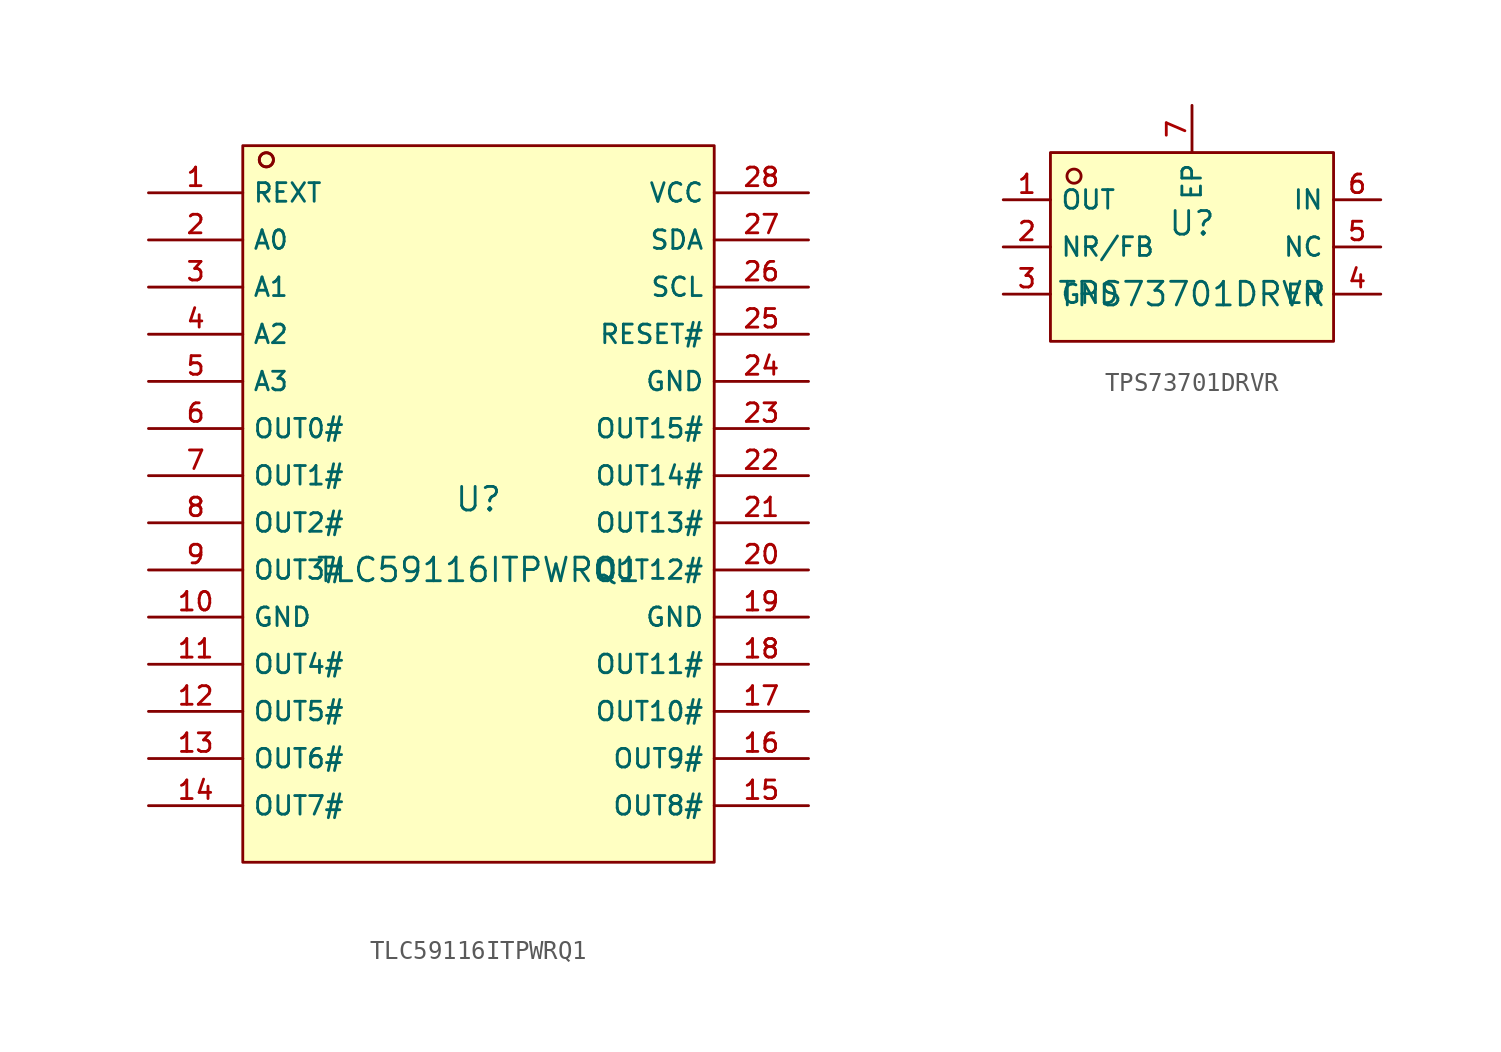
<source format=kicad_sym>
(kicad_symbol_lib
  (version 20231120)
  (generator "kicad_symbol_editor")
  (generator_version "8.0")
  (symbol "TLC59116ITPWRQ1"
    (property "Reference" "U"
      (at 0 1.27 0)
      (effects (font (size 1.27 1.27))))
    (property "Value" "TLC59116ITPWRQ1"
      (at 0 -2.54 0)
      (effects (font (size 1.27 1.27))))
    (symbol "TLC59116ITPWRQ1_0_1"
      (rectangle (start -12.7 20.32) (end 12.7 -18.288) (stroke (width 0) (type default)) (fill (type background)))
      (circle (center -11.43 19.558) (radius 0.381) (stroke (width 0) (type default)) (fill (type background)))
      (circle (center -11.43 19.558) (radius 0.381) (stroke (width 0) (type default)) (fill (type background)))
      (pin unspecified line (at -17.78 17.78 0) (length 5.08) (name "REXT" (effects (font (size 1 1)))) (number "1" (effects (font (size 1 1)))))
      (pin unspecified line (at -17.78 -5.08 0) (length 5.08) (name "GND" (effects (font (size 1 1)))) (number "10" (effects (font (size 1 1)))))
      (pin unspecified line (at -17.78 -7.62 0) (length 5.08) (name "OUT4#" (effects (font (size 1 1)))) (number "11" (effects (font (size 1 1)))))
      (pin unspecified line (at -17.78 -10.16 0) (length 5.08) (name "OUT5#" (effects (font (size 1 1)))) (number "12" (effects (font (size 1 1)))))
      (pin unspecified line (at -17.78 -12.7 0) (length 5.08) (name "OUT6#" (effects (font (size 1 1)))) (number "13" (effects (font (size 1 1)))))
      (pin unspecified line (at -17.78 -15.24 0) (length 5.08) (name "OUT7#" (effects (font (size 1 1)))) (number "14" (effects (font (size 1 1)))))
      (pin unspecified line (at 17.78 -15.24 180) (length 5.08) (name "OUT8#" (effects (font (size 1 1)))) (number "15" (effects (font (size 1 1)))))
      (pin unspecified line (at 17.78 -12.7 180) (length 5.08) (name "OUT9#" (effects (font (size 1 1)))) (number "16" (effects (font (size 1 1)))))
      (pin unspecified line (at 17.78 -10.16 180) (length 5.08) (name "OUT10#" (effects (font (size 1 1)))) (number "17" (effects (font (size 1 1)))))
      (pin unspecified line (at 17.78 -7.62 180) (length 5.08) (name "OUT11#" (effects (font (size 1 1)))) (number "18" (effects (font (size 1 1)))))
      (pin unspecified line (at 17.78 -5.08 180) (length 5.08) (name "GND" (effects (font (size 1 1)))) (number "19" (effects (font (size 1 1)))))
      (pin unspecified line (at -17.78 15.24 0) (length 5.08) (name "A0" (effects (font (size 1 1)))) (number "2" (effects (font (size 1 1)))))
      (pin unspecified line (at 17.78 -2.54 180) (length 5.08) (name "OUT12#" (effects (font (size 1 1)))) (number "20" (effects (font (size 1 1)))))
      (pin unspecified line (at 17.78 0 180) (length 5.08) (name "OUT13#" (effects (font (size 1 1)))) (number "21" (effects (font (size 1 1)))))
      (pin unspecified line (at 17.78 2.54 180) (length 5.08) (name "OUT14#" (effects (font (size 1 1)))) (number "22" (effects (font (size 1 1)))))
      (pin unspecified line (at 17.78 5.08 180) (length 5.08) (name "OUT15#" (effects (font (size 1 1)))) (number "23" (effects (font (size 1 1)))))
      (pin unspecified line (at 17.78 7.62 180) (length 5.08) (name "GND" (effects (font (size 1 1)))) (number "24" (effects (font (size 1 1)))))
      (pin unspecified line (at 17.78 10.16 180) (length 5.08) (name "RESET#" (effects (font (size 1 1)))) (number "25" (effects (font (size 1 1)))))
      (pin unspecified line (at 17.78 12.7 180) (length 5.08) (name "SCL" (effects (font (size 1 1)))) (number "26" (effects (font (size 1 1)))))
      (pin unspecified line (at 17.78 15.24 180) (length 5.08) (name "SDA" (effects (font (size 1 1)))) (number "27" (effects (font (size 1 1)))))
      (pin unspecified line (at 17.78 17.78 180) (length 5.08) (name "VCC" (effects (font (size 1 1)))) (number "28" (effects (font (size 1 1)))))
      (pin unspecified line (at -17.78 12.7 0) (length 5.08) (name "A1" (effects (font (size 1 1)))) (number "3" (effects (font (size 1 1)))))
      (pin unspecified line (at -17.78 10.16 0) (length 5.08) (name "A2" (effects (font (size 1 1)))) (number "4" (effects (font (size 1 1)))))
      (pin unspecified line (at -17.78 7.62 0) (length 5.08) (name "A3" (effects (font (size 1 1)))) (number "5" (effects (font (size 1 1)))))
      (pin unspecified line (at -17.78 5.08 0) (length 5.08) (name "OUT0#" (effects (font (size 1 1)))) (number "6" (effects (font (size 1 1)))))
      (pin unspecified line (at -17.78 2.54 0) (length 5.08) (name "OUT1#" (effects (font (size 1 1)))) (number "7" (effects (font (size 1 1)))))
      (pin unspecified line (at -17.78 0 0) (length 5.08) (name "OUT2#" (effects (font (size 1 1)))) (number "8" (effects (font (size 1 1)))))
      (pin unspecified line (at -17.78 -2.54 0) (length 5.08) (name "OUT3#" (effects (font (size 1 1)))) (number "9" (effects (font (size 1 1)))))))
  (symbol "TPS73701DRVR"
    (property "Reference" "U"
      (at 0 1.27 0)
      (effects (font (size 1.27 1.27))))
    (property "Value" "TPS73701DRVR"
      (at 0 -2.54 0)
      (effects (font (size 1.27 1.27))))
    (symbol "TPS73701DRVR_0_1"
      (rectangle (start -7.62 5.08) (end 7.62 -5.08) (stroke (width 0) (type default)) (fill (type background)))
      (circle (center -6.35 3.81) (radius 0.381) (stroke (width 0) (type default)) (fill (type background)))
      (pin unspecified line (at -10.16 2.54 0) (length 2.54) (name "OUT" (effects (font (size 1 1)))) (number "1" (effects (font (size 1 1)))))
      (pin unspecified line (at -10.16 0 0) (length 2.54) (name "NR/FB" (effects (font (size 1 1)))) (number "2" (effects (font (size 1 1)))))
      (pin unspecified line (at -10.16 -2.54 0) (length 2.54) (name "GND" (effects (font (size 1 1)))) (number "3" (effects (font (size 1 1)))))
      (pin unspecified line (at 10.16 -2.54 180) (length 2.54) (name "EN" (effects (font (size 1 1)))) (number "4" (effects (font (size 1 1)))))
      (pin unspecified line (at 10.16 0 180) (length 2.54) (name "NC" (effects (font (size 1 1)))) (number "5" (effects (font (size 1 1)))))
      (pin unspecified line (at 10.16 2.54 180) (length 2.54) (name "IN" (effects (font (size 1 1)))) (number "6" (effects (font (size 1 1)))))
      (pin unspecified line (at 0 7.62 270) (length 2.54) (name "EP" (effects (font (size 1 1)))) (number "7" (effects (font (size 1 1))))))))
</source>
